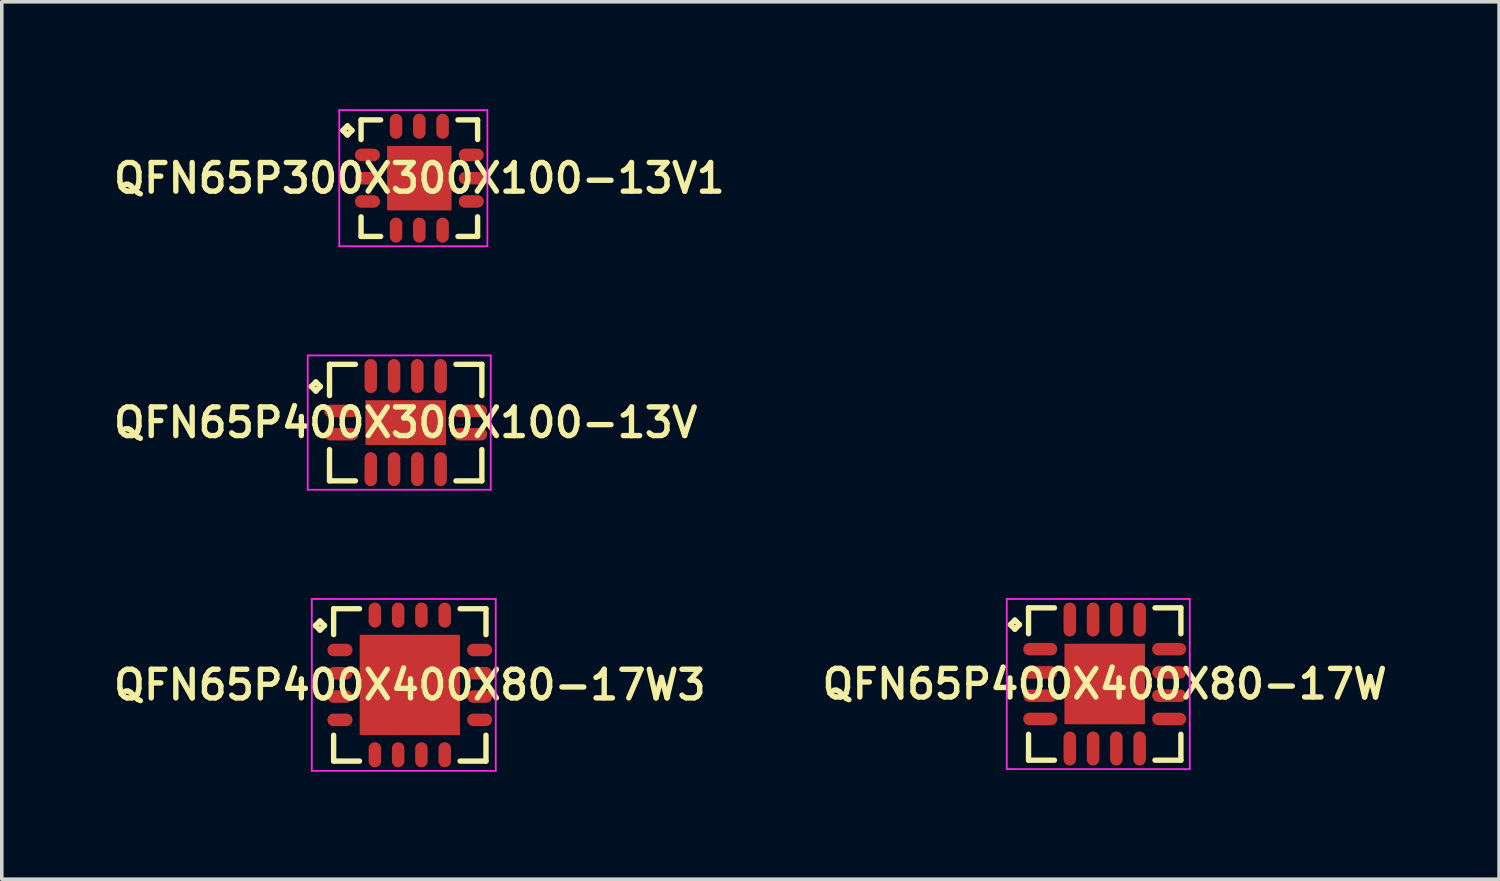
<source format=kicad_pcb>
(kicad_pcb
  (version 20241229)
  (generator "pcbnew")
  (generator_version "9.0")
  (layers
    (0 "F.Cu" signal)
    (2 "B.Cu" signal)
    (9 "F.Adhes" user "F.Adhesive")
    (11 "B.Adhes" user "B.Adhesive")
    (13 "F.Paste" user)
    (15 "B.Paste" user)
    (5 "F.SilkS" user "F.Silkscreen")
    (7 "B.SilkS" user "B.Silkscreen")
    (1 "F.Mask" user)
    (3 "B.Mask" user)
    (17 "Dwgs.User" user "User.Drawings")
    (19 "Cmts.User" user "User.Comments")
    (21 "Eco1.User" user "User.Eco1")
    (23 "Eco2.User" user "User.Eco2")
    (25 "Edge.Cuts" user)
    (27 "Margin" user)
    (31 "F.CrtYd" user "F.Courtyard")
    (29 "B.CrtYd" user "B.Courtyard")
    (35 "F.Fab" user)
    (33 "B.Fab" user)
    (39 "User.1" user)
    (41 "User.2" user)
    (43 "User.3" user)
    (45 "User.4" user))
  (footprint "QFN65P400X400X80-17W3"
    (layer "F.Cu")
    (at 8.393 16.075)
    (property "Reference" "QFN65P400X400X80-17W3" (at 0 0 0) (layer "F.SilkS") (effects (font (size 0.8 0.8) (thickness 0.15))))
    (attr smd)
    (fp_line (start -2.635 -1.658) (end -2.508 -1.785) (stroke (width 0.15) (type solid)) (layer "F.SilkS"))
    (fp_line (start -2.508 -1.785) (end -2.381 -1.658) (stroke (width 0.15) (type solid)) (layer "F.SilkS"))
    (fp_line (start -2.508 -1.531) (end -2.635 -1.658) (stroke (width 0.15) (type solid)) (layer "F.SilkS"))
    (fp_line (start -2.381 -1.658) (end -2.508 -1.531) (stroke (width 0.15) (type solid)) (layer "F.SilkS"))
    (fp_line (start -2.127 -2.127) (end -1.404 -2.127) (stroke (width 0.15) (type solid)) (layer "F.SilkS"))
    (fp_line (start -2.127 -1.404) (end -2.127 -2.127) (stroke (width 0.15) (type solid)) (layer "F.SilkS"))
    (fp_line (start -2.127 1.404) (end -2.127 2.127) (stroke (width 0.15) (type solid)) (layer "F.SilkS"))
    (fp_line (start -2.127 2.127) (end -1.404 2.127) (stroke (width 0.15) (type solid)) (layer "F.SilkS"))
    (fp_line (start 1.404 -2.127) (end 2.127 -2.127) (stroke (width 0.15) (type solid)) (layer "F.SilkS"))
    (fp_line (start 1.404 2.127) (end 2.127 2.127) (stroke (width 0.15) (type solid)) (layer "F.SilkS"))
    (fp_line (start 2.127 -2.127) (end 2.127 -1.404) (stroke (width 0.15) (type solid)) (layer "F.SilkS"))
    (fp_line (start 2.127 2.127) (end 2.127 1.404) (stroke (width 0.15) (type solid)) (layer "F.SilkS"))
    (fp_line (start -2.735 -2.4) (end 2.4 -2.4) (stroke (width 0.05) (type solid)) (layer "F.CrtYd"))
    (fp_line (start -2.735 2.4) (end -2.735 -2.4) (stroke (width 0.05) (type solid)) (layer "F.CrtYd"))
    (fp_line (start 2.4 -2.4) (end 2.4 2.4) (stroke (width 0.05) (type solid)) (layer "F.CrtYd"))
    (fp_line (start 2.4 2.4) (end -2.735 2.4) (stroke (width 0.05) (type solid)) (layer "F.CrtYd"))
    (pad "1" smd oval (at -1.95 -0.975) (size 0.7 0.35) (layers "F.Cu" "F.Mask" "F.Paste"))
    (pad "2" smd oval (at -1.95 -0.325) (size 0.7 0.35) (layers "F.Cu" "F.Mask" "F.Paste"))
    (pad "3" smd oval (at -1.95 0.325) (size 0.7 0.35) (layers "F.Cu" "F.Mask" "F.Paste"))
    (pad "4" smd oval (at -1.95 0.975) (size 0.7 0.35) (layers "F.Cu" "F.Mask" "F.Paste"))
    (pad "5" smd oval (at -0.975 1.95) (size 0.35 0.7) (layers "F.Cu" "F.Mask" "F.Paste"))
    (pad "6" smd oval (at -0.325 1.95) (size 0.35 0.7) (layers "F.Cu" "F.Mask" "F.Paste"))
    (pad "7" smd oval (at 0.325 1.95) (size 0.35 0.7) (layers "F.Cu" "F.Mask" "F.Paste"))
    (pad "8" smd oval (at 0.975 1.95) (size 0.35 0.7) (layers "F.Cu" "F.Mask" "F.Paste"))
    (pad "9" smd oval (at 1.95 0.975) (size 0.7 0.35) (layers "F.Cu" "F.Mask" "F.Paste"))
    (pad "10" smd oval (at 1.95 0.325) (size 0.7 0.35) (layers "F.Cu" "F.Mask" "F.Paste"))
    (pad "11" smd oval (at 1.95 -0.325) (size 0.7 0.35) (layers "F.Cu" "F.Mask" "F.Paste"))
    (pad "12" smd oval (at 1.95 -0.975) (size 0.7 0.35) (layers "F.Cu" "F.Mask" "F.Paste"))
    (pad "13" smd oval (at 0.975 -1.95) (size 0.35 0.7) (layers "F.Cu" "F.Mask" "F.Paste"))
    (pad "14" smd oval (at 0.325 -1.95) (size 0.35 0.7) (layers "F.Cu" "F.Mask" "F.Paste"))
    (pad "15" smd oval (at -0.325 -1.95) (size 0.35 0.7) (layers "F.Cu" "F.Mask" "F.Paste"))
    (pad "16" smd oval (at -0.975 -1.95) (size 0.35 0.7) (layers "F.Cu" "F.Mask" "F.Paste"))
    (pad "17" smd rect (at 0 0) (size 2.8 2.8) (layers "F.Cu" "F.Mask" "F.Paste")))
  (footprint "QFN65P300X300X100-13V1"
    (layer "F.Cu")
    (at 8.659 1.925)
    (property "Reference" "QFN65P300X300X100-13V1" (at 0 0 0) (layer "F.SilkS") (effects (font (size 0.8 0.8) (thickness 0.15))))
    (attr smd)
    (fp_line (start -2.135 -1.333) (end -2.008 -1.46) (stroke (width 0.15) (type solid)) (layer "F.SilkS"))
    (fp_line (start -2.008 -1.46) (end -1.881 -1.333) (stroke (width 0.15) (type solid)) (layer "F.SilkS"))
    (fp_line (start -2.008 -1.206) (end -2.135 -1.333) (stroke (width 0.15) (type solid)) (layer "F.SilkS"))
    (fp_line (start -1.881 -1.333) (end -2.008 -1.206) (stroke (width 0.15) (type solid)) (layer "F.SilkS"))
    (fp_line (start -1.627 -1.627) (end -1.079 -1.627) (stroke (width 0.15) (type solid)) (layer "F.SilkS"))
    (fp_line (start -1.627 -1.079) (end -1.627 -1.627) (stroke (width 0.15) (type solid)) (layer "F.SilkS"))
    (fp_line (start -1.627 1.079) (end -1.627 1.627) (stroke (width 0.15) (type solid)) (layer "F.SilkS"))
    (fp_line (start -1.627 1.627) (end -1.079 1.627) (stroke (width 0.15) (type solid)) (layer "F.SilkS"))
    (fp_line (start 1.079 -1.627) (end 1.627 -1.627) (stroke (width 0.15) (type solid)) (layer "F.SilkS"))
    (fp_line (start 1.079 1.627) (end 1.627 1.627) (stroke (width 0.15) (type solid)) (layer "F.SilkS"))
    (fp_line (start 1.627 -1.627) (end 1.627 -1.079) (stroke (width 0.15) (type solid)) (layer "F.SilkS"))
    (fp_line (start 1.627 1.627) (end 1.627 1.079) (stroke (width 0.15) (type solid)) (layer "F.SilkS"))
    (fp_line (start -2.235 -1.9) (end 1.9 -1.9) (stroke (width 0.05) (type solid)) (layer "F.CrtYd"))
    (fp_line (start -2.235 1.9) (end -2.235 -1.9) (stroke (width 0.05) (type solid)) (layer "F.CrtYd"))
    (fp_line (start 1.9 -1.9) (end 1.9 1.9) (stroke (width 0.05) (type solid)) (layer "F.CrtYd"))
    (fp_line (start 1.9 1.9) (end -2.235 1.9) (stroke (width 0.05) (type solid)) (layer "F.CrtYd"))
    (pad "1" smd oval (at -1.45 -0.65) (size 0.7 0.35) (layers "F.Cu" "F.Mask" "F.Paste"))
    (pad "2" smd oval (at -1.45 0) (size 0.7 0.35) (layers "F.Cu" "F.Mask" "F.Paste"))
    (pad "3" smd oval (at -1.45 0.65) (size 0.7 0.35) (layers "F.Cu" "F.Mask" "F.Paste"))
    (pad "4" smd oval (at -0.65 1.45) (size 0.35 0.7) (layers "F.Cu" "F.Mask" "F.Paste"))
    (pad "5" smd oval (at 0 1.45) (size 0.35 0.7) (layers "F.Cu" "F.Mask" "F.Paste"))
    (pad "6" smd oval (at 0.65 1.45) (size 0.35 0.7) (layers "F.Cu" "F.Mask" "F.Paste"))
    (pad "7" smd oval (at 1.45 0.65) (size 0.7 0.35) (layers "F.Cu" "F.Mask" "F.Paste"))
    (pad "8" smd oval (at 1.45 0) (size 0.7 0.35) (layers "F.Cu" "F.Mask" "F.Paste"))
    (pad "9" smd oval (at 1.45 -0.65) (size 0.7 0.35) (layers "F.Cu" "F.Mask" "F.Paste"))
    (pad "10" smd oval (at 0.65 -1.45) (size 0.35 0.7) (layers "F.Cu" "F.Mask" "F.Paste"))
    (pad "11" smd oval (at 0 -1.45) (size 0.35 0.7) (layers "F.Cu" "F.Mask" "F.Paste"))
    (pad "12" smd oval (at -0.65 -1.45) (size 0.35 0.7) (layers "F.Cu" "F.Mask" "F.Paste"))
    (pad "13" smd rect (at 0 0) (size 1.8 1.8) (layers "F.Cu" "F.Mask" "F.Paste")))
  (footprint "QFN65P400X300X100-13V"
    (layer "F.Cu")
    (at 8.278 8.75)
    (property "Reference" "QFN65P400X300X100-13V" (at 0 0 0) (layer "F.SilkS") (effects (font (size 0.8 0.8) (thickness 0.15))))
    (attr smd)
    (fp_line (start -2.635 -1.008) (end -2.508 -1.135) (stroke (width 0.15) (type solid)) (layer "F.SilkS"))
    (fp_line (start -2.508 -1.135) (end -2.381 -1.008) (stroke (width 0.15) (type solid)) (layer "F.SilkS"))
    (fp_line (start -2.508 -0.881) (end -2.635 -1.008) (stroke (width 0.15) (type solid)) (layer "F.SilkS"))
    (fp_line (start -2.381 -1.008) (end -2.508 -0.881) (stroke (width 0.15) (type solid)) (layer "F.SilkS"))
    (fp_line (start -2.127 -1.627) (end -1.404 -1.627) (stroke (width 0.15) (type solid)) (layer "F.SilkS"))
    (fp_line (start -2.127 -0.754) (end -2.127 -1.627) (stroke (width 0.15) (type solid)) (layer "F.SilkS"))
    (fp_line (start -2.127 0.754) (end -2.127 1.627) (stroke (width 0.15) (type solid)) (layer "F.SilkS"))
    (fp_line (start -2.127 1.627) (end -1.404 1.627) (stroke (width 0.15) (type solid)) (layer "F.SilkS"))
    (fp_line (start 1.404 -1.627) (end 2.127 -1.627) (stroke (width 0.15) (type solid)) (layer "F.SilkS"))
    (fp_line (start 1.404 1.627) (end 2.127 1.627) (stroke (width 0.15) (type solid)) (layer "F.SilkS"))
    (fp_line (start 2.127 -1.627) (end 2.127 -0.754) (stroke (width 0.15) (type solid)) (layer "F.SilkS"))
    (fp_line (start 2.127 1.627) (end 2.127 0.754) (stroke (width 0.15) (type solid)) (layer "F.SilkS"))
    (fp_line (start -2.735 -1.875) (end 2.375 -1.875) (stroke (width 0.05) (type solid)) (layer "F.CrtYd"))
    (fp_line (start -2.735 1.875) (end -2.735 -1.875) (stroke (width 0.05) (type solid)) (layer "F.CrtYd"))
    (fp_line (start 2.375 -1.875) (end 2.375 1.875) (stroke (width 0.05) (type solid)) (layer "F.CrtYd"))
    (fp_line (start 2.375 1.875) (end -2.735 1.875) (stroke (width 0.05) (type solid)) (layer "F.CrtYd"))
    (pad "1" smd oval (at -1.8 -0.325) (size 0.95 0.35) (layers "F.Cu" "F.Mask" "F.Paste"))
    (pad "2" smd oval (at -1.8 0.325) (size 0.95 0.35) (layers "F.Cu" "F.Mask" "F.Paste"))
    (pad "3" smd oval (at -0.975 1.3) (size 0.35 0.95) (layers "F.Cu" "F.Mask" "F.Paste"))
    (pad "4" smd oval (at -0.325 1.3) (size 0.35 0.95) (layers "F.Cu" "F.Mask" "F.Paste"))
    (pad "5" smd oval (at 0.325 1.3) (size 0.35 0.95) (layers "F.Cu" "F.Mask" "F.Paste"))
    (pad "6" smd oval (at 0.975 1.3) (size 0.35 0.95) (layers "F.Cu" "F.Mask" "F.Paste"))
    (pad "7" smd oval (at 1.8 0.325) (size 0.95 0.35) (layers "F.Cu" "F.Mask" "F.Paste"))
    (pad "8" smd oval (at 1.8 -0.325) (size 0.95 0.35) (layers "F.Cu" "F.Mask" "F.Paste"))
    (pad "9" smd oval (at 0.975 -1.3) (size 0.35 0.95) (layers "F.Cu" "F.Mask" "F.Paste"))
    (pad "10" smd oval (at 0.325 -1.3) (size 0.35 0.95) (layers "F.Cu" "F.Mask" "F.Paste"))
    (pad "11" smd oval (at -0.325 -1.3) (size 0.35 0.95) (layers "F.Cu" "F.Mask" "F.Paste"))
    (pad "12" smd oval (at -0.975 -1.3) (size 0.35 0.95) (layers "F.Cu" "F.Mask" "F.Paste"))
    (pad "13" smd rect (at 0 0) (size 2.25 1.25) (layers "F.Cu" "F.Mask" "F.Paste")))
  (footprint "QFN65P400X400X80-17W"
    (layer "F.Cu")
    (at 27.797 16.05)
    (property "Reference" "QFN65P400X400X80-17W" (at 0 0 0) (layer "F.SilkS") (effects (font (size 0.8 0.8) (thickness 0.15))))
    (attr smd)
    (fp_line (start -2.635 -1.658) (end -2.508 -1.785) (stroke (width 0.15) (type solid)) (layer "F.SilkS"))
    (fp_line (start -2.508 -1.785) (end -2.381 -1.658) (stroke (width 0.15) (type solid)) (layer "F.SilkS"))
    (fp_line (start -2.508 -1.531) (end -2.635 -1.658) (stroke (width 0.15) (type solid)) (layer "F.SilkS"))
    (fp_line (start -2.381 -1.658) (end -2.508 -1.531) (stroke (width 0.15) (type solid)) (layer "F.SilkS"))
    (fp_line (start -2.127 -2.127) (end -1.404 -2.127) (stroke (width 0.15) (type solid)) (layer "F.SilkS"))
    (fp_line (start -2.127 -1.404) (end -2.127 -2.127) (stroke (width 0.15) (type solid)) (layer "F.SilkS"))
    (fp_line (start -2.127 1.404) (end -2.127 2.127) (stroke (width 0.15) (type solid)) (layer "F.SilkS"))
    (fp_line (start -2.127 2.127) (end -1.404 2.127) (stroke (width 0.15) (type solid)) (layer "F.SilkS"))
    (fp_line (start 1.404 -2.127) (end 2.127 -2.127) (stroke (width 0.15) (type solid)) (layer "F.SilkS"))
    (fp_line (start 1.404 2.127) (end 2.127 2.127) (stroke (width 0.15) (type solid)) (layer "F.SilkS"))
    (fp_line (start 2.127 -2.127) (end 2.127 -1.404) (stroke (width 0.15) (type solid)) (layer "F.SilkS"))
    (fp_line (start 2.127 2.127) (end 2.127 1.404) (stroke (width 0.15) (type solid)) (layer "F.SilkS"))
    (fp_line (start -2.735 -2.375) (end 2.375 -2.375) (stroke (width 0.05) (type solid)) (layer "F.CrtYd"))
    (fp_line (start -2.735 2.375) (end -2.735 -2.375) (stroke (width 0.05) (type solid)) (layer "F.CrtYd"))
    (fp_line (start 2.375 -2.375) (end 2.375 2.375) (stroke (width 0.05) (type solid)) (layer "F.CrtYd"))
    (fp_line (start 2.375 2.375) (end -2.735 2.375) (stroke (width 0.05) (type solid)) (layer "F.CrtYd"))
    (pad "1" smd oval (at -1.8 -0.975) (size 0.95 0.35) (layers "F.Cu" "F.Mask" "F.Paste"))
    (pad "2" smd oval (at -1.8 -0.325) (size 0.95 0.35) (layers "F.Cu" "F.Mask" "F.Paste"))
    (pad "3" smd oval (at -1.8 0.325) (size 0.95 0.35) (layers "F.Cu" "F.Mask" "F.Paste"))
    (pad "4" smd oval (at -1.8 0.975) (size 0.95 0.35) (layers "F.Cu" "F.Mask" "F.Paste"))
    (pad "5" smd oval (at -0.975 1.8) (size 0.35 0.95) (layers "F.Cu" "F.Mask" "F.Paste"))
    (pad "6" smd oval (at -0.325 1.8) (size 0.35 0.95) (layers "F.Cu" "F.Mask" "F.Paste"))
    (pad "7" smd oval (at 0.325 1.8) (size 0.35 0.95) (layers "F.Cu" "F.Mask" "F.Paste"))
    (pad "8" smd oval (at 0.975 1.8) (size 0.35 0.95) (layers "F.Cu" "F.Mask" "F.Paste"))
    (pad "9" smd oval (at 1.8 0.975) (size 0.95 0.35) (layers "F.Cu" "F.Mask" "F.Paste"))
    (pad "10" smd oval (at 1.8 0.325) (size 0.95 0.35) (layers "F.Cu" "F.Mask" "F.Paste"))
    (pad "11" smd oval (at 1.8 -0.325) (size 0.95 0.35) (layers "F.Cu" "F.Mask" "F.Paste"))
    (pad "12" smd oval (at 1.8 -0.975) (size 0.95 0.35) (layers "F.Cu" "F.Mask" "F.Paste"))
    (pad "13" smd oval (at 0.975 -1.8) (size 0.35 0.95) (layers "F.Cu" "F.Mask" "F.Paste"))
    (pad "14" smd oval (at 0.325 -1.8) (size 0.35 0.95) (layers "F.Cu" "F.Mask" "F.Paste"))
    (pad "15" smd oval (at -0.325 -1.8) (size 0.35 0.95) (layers "F.Cu" "F.Mask" "F.Paste"))
    (pad "16" smd oval (at -0.975 -1.8) (size 0.35 0.95) (layers "F.Cu" "F.Mask" "F.Paste"))
    (pad "17" smd rect (at 0 0) (size 2.25 2.25) (layers "F.Cu" "F.Mask" "F.Paste")))
  (gr_rect
    (start -3 -3)
    (end 38.809 21.5)
    (stroke (width 0.1) (type default))
    (fill no)
    (layer "Edge.Cuts")))
</source>
